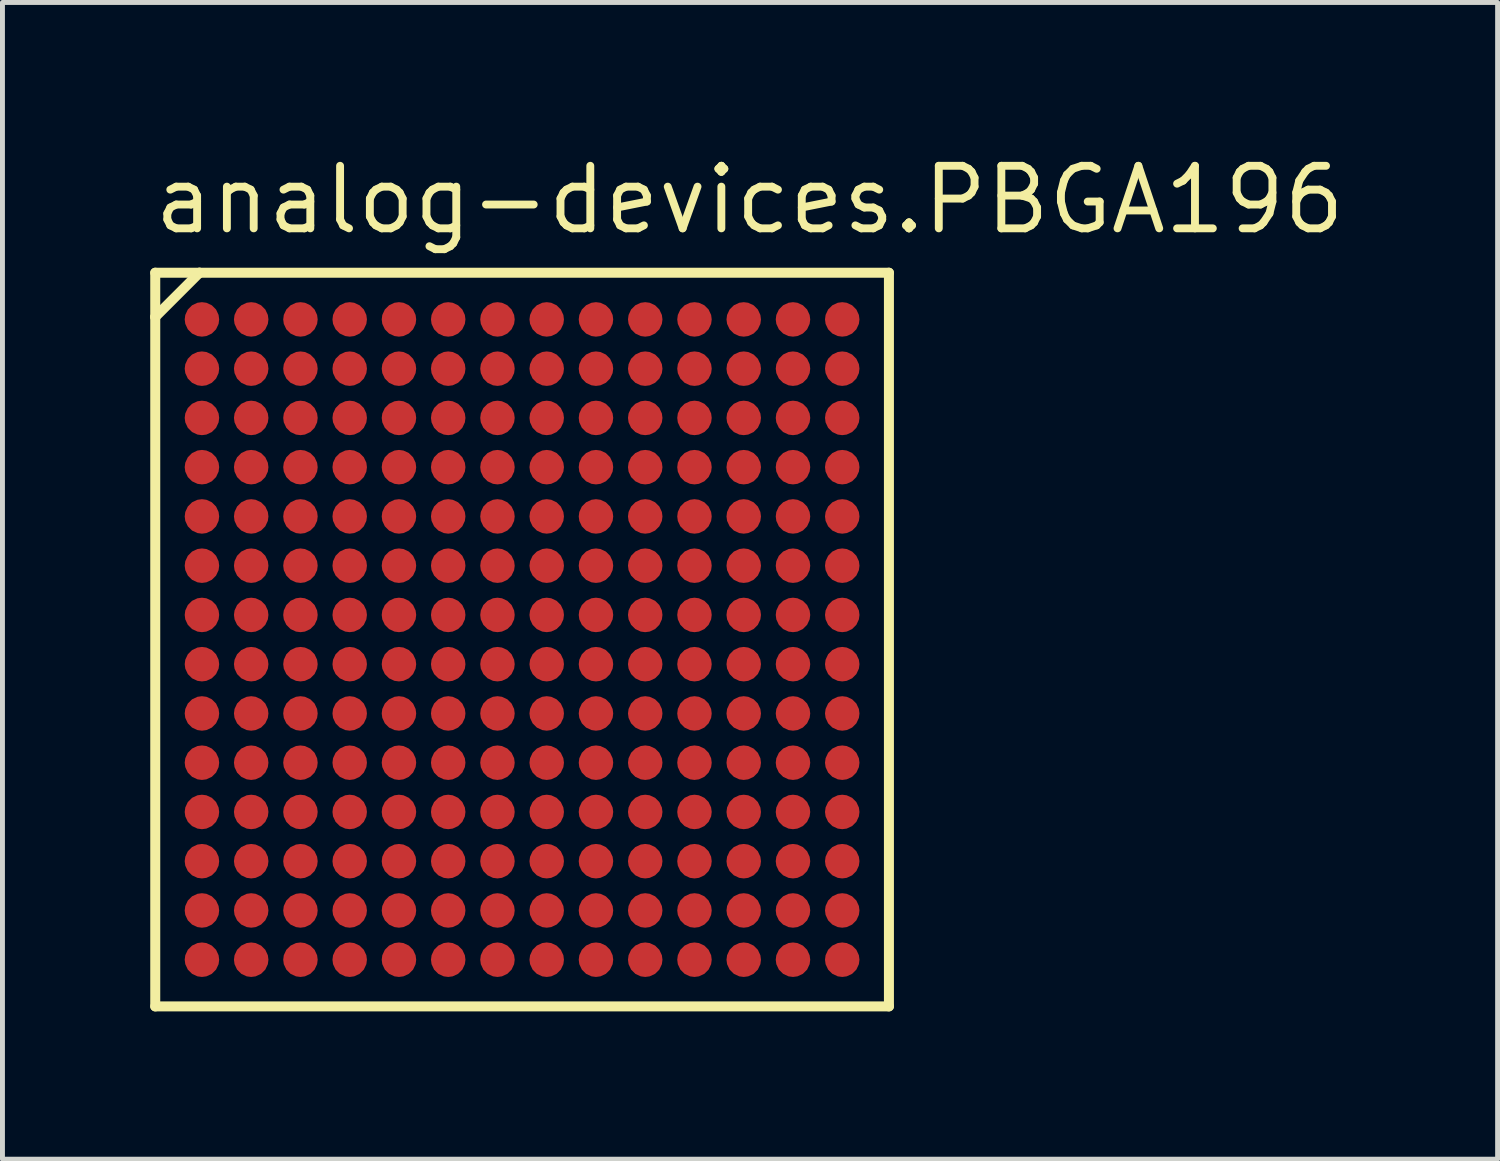
<source format=kicad_pcb>
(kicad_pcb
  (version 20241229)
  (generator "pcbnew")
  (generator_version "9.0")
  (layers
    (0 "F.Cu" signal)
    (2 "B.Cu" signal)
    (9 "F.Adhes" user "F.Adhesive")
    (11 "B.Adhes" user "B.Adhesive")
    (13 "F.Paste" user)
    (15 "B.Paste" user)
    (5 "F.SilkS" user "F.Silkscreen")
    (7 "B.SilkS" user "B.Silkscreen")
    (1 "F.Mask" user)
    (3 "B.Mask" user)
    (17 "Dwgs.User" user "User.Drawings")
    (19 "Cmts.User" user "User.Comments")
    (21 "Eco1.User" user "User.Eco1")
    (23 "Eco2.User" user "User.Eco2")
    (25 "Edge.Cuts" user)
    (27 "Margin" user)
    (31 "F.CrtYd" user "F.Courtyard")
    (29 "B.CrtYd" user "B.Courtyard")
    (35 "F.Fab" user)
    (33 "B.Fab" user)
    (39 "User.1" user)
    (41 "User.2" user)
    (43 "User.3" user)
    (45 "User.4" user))
  (footprint "analog-devices.PBGA196"
    (layer "F.Cu")
    (at 7.55 9.935)
    (property "Reference" "analog-devices.PBGA196" (at -7.55 -8.185 0) (layer "F.SilkS") (effects (font (size 1.27 1.27) (thickness 0.16)) (justify left bottom)))
    (attr smd)
    (fp_circle (center -6.5 -6.5) (end -6.2 -6.5) (stroke (width 0.1) (type default)) (fill no) (layer "F.Mask"))
    (fp_circle (center -6.5 -5.5) (end -6.2 -5.5) (stroke (width 0.1) (type default)) (fill no) (layer "F.Mask"))
    (fp_circle (center -6.5 -4.5) (end -6.2 -4.5) (stroke (width 0.1) (type default)) (fill no) (layer "F.Mask"))
    (fp_circle (center -6.5 -3.5) (end -6.2 -3.5) (stroke (width 0.1) (type default)) (fill no) (layer "F.Mask"))
    (fp_circle (center -6.5 -2.5) (end -6.2 -2.5) (stroke (width 0.1) (type default)) (fill no) (layer "F.Mask"))
    (fp_circle (center -6.5 -1.5) (end -6.2 -1.5) (stroke (width 0.1) (type default)) (fill no) (layer "F.Mask"))
    (fp_circle (center -6.5 -0.5) (end -6.2 -0.5) (stroke (width 0.1) (type default)) (fill no) (layer "F.Mask"))
    (fp_circle (center -6.5 0.5) (end -6.2 0.5) (stroke (width 0.1) (type default)) (fill no) (layer "F.Mask"))
    (fp_circle (center -6.5 1.5) (end -6.2 1.5) (stroke (width 0.1) (type default)) (fill no) (layer "F.Mask"))
    (fp_circle (center -6.5 2.5) (end -6.2 2.5) (stroke (width 0.1) (type default)) (fill no) (layer "F.Mask"))
    (fp_circle (center -6.5 3.5) (end -6.2 3.5) (stroke (width 0.1) (type default)) (fill no) (layer "F.Mask"))
    (fp_circle (center -6.5 4.5) (end -6.2 4.5) (stroke (width 0.1) (type default)) (fill no) (layer "F.Mask"))
    (fp_circle (center -6.5 5.5) (end -6.2 5.5) (stroke (width 0.1) (type default)) (fill no) (layer "F.Mask"))
    (fp_circle (center -6.5 6.5) (end -6.2 6.5) (stroke (width 0.1) (type default)) (fill no) (layer "F.Mask"))
    (fp_circle (center -5.5 -6.5) (end -5.2 -6.5) (stroke (width 0.1) (type default)) (fill no) (layer "F.Mask"))
    (fp_circle (center -5.5 -5.5) (end -5.2 -5.5) (stroke (width 0.1) (type default)) (fill no) (layer "F.Mask"))
    (fp_circle (center -5.5 -4.5) (end -5.2 -4.5) (stroke (width 0.1) (type default)) (fill no) (layer "F.Mask"))
    (fp_circle (center -5.5 -3.5) (end -5.2 -3.5) (stroke (width 0.1) (type default)) (fill no) (layer "F.Mask"))
    (fp_circle (center -5.5 -2.5) (end -5.2 -2.5) (stroke (width 0.1) (type default)) (fill no) (layer "F.Mask"))
    (fp_circle (center -5.5 -1.5) (end -5.2 -1.5) (stroke (width 0.1) (type default)) (fill no) (layer "F.Mask"))
    (fp_circle (center -5.5 -0.5) (end -5.2 -0.5) (stroke (width 0.1) (type default)) (fill no) (layer "F.Mask"))
    (fp_circle (center -5.5 0.5) (end -5.2 0.5) (stroke (width 0.1) (type default)) (fill no) (layer "F.Mask"))
    (fp_circle (center -5.5 1.5) (end -5.2 1.5) (stroke (width 0.1) (type default)) (fill no) (layer "F.Mask"))
    (fp_circle (center -5.5 2.5) (end -5.2 2.5) (stroke (width 0.1) (type default)) (fill no) (layer "F.Mask"))
    (fp_circle (center -5.5 3.5) (end -5.2 3.5) (stroke (width 0.1) (type default)) (fill no) (layer "F.Mask"))
    (fp_circle (center -5.5 4.5) (end -5.2 4.5) (stroke (width 0.1) (type default)) (fill no) (layer "F.Mask"))
    (fp_circle (center -5.5 5.5) (end -5.2 5.5) (stroke (width 0.1) (type default)) (fill no) (layer "F.Mask"))
    (fp_circle (center -5.5 6.5) (end -5.2 6.5) (stroke (width 0.1) (type default)) (fill no) (layer "F.Mask"))
    (fp_circle (center -4.5 -6.5) (end -4.2 -6.5) (stroke (width 0.1) (type default)) (fill no) (layer "F.Mask"))
    (fp_circle (center -4.5 -5.5) (end -4.2 -5.5) (stroke (width 0.1) (type default)) (fill no) (layer "F.Mask"))
    (fp_circle (center -4.5 -4.5) (end -4.2 -4.5) (stroke (width 0.1) (type default)) (fill no) (layer "F.Mask"))
    (fp_circle (center -4.5 -3.5) (end -4.2 -3.5) (stroke (width 0.1) (type default)) (fill no) (layer "F.Mask"))
    (fp_circle (center -4.5 -2.5) (end -4.2 -2.5) (stroke (width 0.1) (type default)) (fill no) (layer "F.Mask"))
    (fp_circle (center -4.5 -1.5) (end -4.2 -1.5) (stroke (width 0.1) (type default)) (fill no) (layer "F.Mask"))
    (fp_circle (center -4.5 -0.5) (end -4.2 -0.5) (stroke (width 0.1) (type default)) (fill no) (layer "F.Mask"))
    (fp_circle (center -4.5 0.5) (end -4.2 0.5) (stroke (width 0.1) (type default)) (fill no) (layer "F.Mask"))
    (fp_circle (center -4.5 1.5) (end -4.2 1.5) (stroke (width 0.1) (type default)) (fill no) (layer "F.Mask"))
    (fp_circle (center -4.5 2.5) (end -4.2 2.5) (stroke (width 0.1) (type default)) (fill no) (layer "F.Mask"))
    (fp_circle (center -4.5 3.5) (end -4.2 3.5) (stroke (width 0.1) (type default)) (fill no) (layer "F.Mask"))
    (fp_circle (center -4.5 4.5) (end -4.2 4.5) (stroke (width 0.1) (type default)) (fill no) (layer "F.Mask"))
    (fp_circle (center -4.5 5.5) (end -4.2 5.5) (stroke (width 0.1) (type default)) (fill no) (layer "F.Mask"))
    (fp_circle (center -4.5 6.5) (end -4.2 6.5) (stroke (width 0.1) (type default)) (fill no) (layer "F.Mask"))
    (fp_circle (center -3.5 -6.5) (end -3.2 -6.5) (stroke (width 0.1) (type default)) (fill no) (layer "F.Mask"))
    (fp_circle (center -3.5 -5.5) (end -3.2 -5.5) (stroke (width 0.1) (type default)) (fill no) (layer "F.Mask"))
    (fp_circle (center -3.5 -4.5) (end -3.2 -4.5) (stroke (width 0.1) (type default)) (fill no) (layer "F.Mask"))
    (fp_circle (center -3.5 -3.5) (end -3.2 -3.5) (stroke (width 0.1) (type default)) (fill no) (layer "F.Mask"))
    (fp_circle (center -3.5 -2.5) (end -3.2 -2.5) (stroke (width 0.1) (type default)) (fill no) (layer "F.Mask"))
    (fp_circle (center -3.5 -1.5) (end -3.2 -1.5) (stroke (width 0.1) (type default)) (fill no) (layer "F.Mask"))
    (fp_circle (center -3.5 -0.5) (end -3.2 -0.5) (stroke (width 0.1) (type default)) (fill no) (layer "F.Mask"))
    (fp_circle (center -3.5 0.5) (end -3.2 0.5) (stroke (width 0.1) (type default)) (fill no) (layer "F.Mask"))
    (fp_circle (center -3.5 1.5) (end -3.2 1.5) (stroke (width 0.1) (type default)) (fill no) (layer "F.Mask"))
    (fp_circle (center -3.5 2.5) (end -3.2 2.5) (stroke (width 0.1) (type default)) (fill no) (layer "F.Mask"))
    (fp_circle (center -3.5 3.5) (end -3.2 3.5) (stroke (width 0.1) (type default)) (fill no) (layer "F.Mask"))
    (fp_circle (center -3.5 4.5) (end -3.2 4.5) (stroke (width 0.1) (type default)) (fill no) (layer "F.Mask"))
    (fp_circle (center -3.5 5.5) (end -3.2 5.5) (stroke (width 0.1) (type default)) (fill no) (layer "F.Mask"))
    (fp_circle (center -3.5 6.5) (end -3.2 6.5) (stroke (width 0.1) (type default)) (fill no) (layer "F.Mask"))
    (fp_circle (center -2.5 -6.5) (end -2.2 -6.5) (stroke (width 0.1) (type default)) (fill no) (layer "F.Mask"))
    (fp_circle (center -2.5 -5.5) (end -2.2 -5.5) (stroke (width 0.1) (type default)) (fill no) (layer "F.Mask"))
    (fp_circle (center -2.5 -4.5) (end -2.2 -4.5) (stroke (width 0.1) (type default)) (fill no) (layer "F.Mask"))
    (fp_circle (center -2.5 -3.5) (end -2.2 -3.5) (stroke (width 0.1) (type default)) (fill no) (layer "F.Mask"))
    (fp_circle (center -2.5 -2.5) (end -2.2 -2.5) (stroke (width 0.1) (type default)) (fill no) (layer "F.Mask"))
    (fp_circle (center -2.5 -1.5) (end -2.2 -1.5) (stroke (width 0.1) (type default)) (fill no) (layer "F.Mask"))
    (fp_circle (center -2.5 -0.5) (end -2.2 -0.5) (stroke (width 0.1) (type default)) (fill no) (layer "F.Mask"))
    (fp_circle (center -2.5 0.5) (end -2.2 0.5) (stroke (width 0.1) (type default)) (fill no) (layer "F.Mask"))
    (fp_circle (center -2.5 1.5) (end -2.2 1.5) (stroke (width 0.1) (type default)) (fill no) (layer "F.Mask"))
    (fp_circle (center -2.5 2.5) (end -2.2 2.5) (stroke (width 0.1) (type default)) (fill no) (layer "F.Mask"))
    (fp_circle (center -2.5 3.5) (end -2.2 3.5) (stroke (width 0.1) (type default)) (fill no) (layer "F.Mask"))
    (fp_circle (center -2.5 4.5) (end -2.2 4.5) (stroke (width 0.1) (type default)) (fill no) (layer "F.Mask"))
    (fp_circle (center -2.5 5.5) (end -2.2 5.5) (stroke (width 0.1) (type default)) (fill no) (layer "F.Mask"))
    (fp_circle (center -2.5 6.5) (end -2.2 6.5) (stroke (width 0.1) (type default)) (fill no) (layer "F.Mask"))
    (fp_circle (center -1.5 -6.5) (end -1.2 -6.5) (stroke (width 0.1) (type default)) (fill no) (layer "F.Mask"))
    (fp_circle (center -1.5 -5.5) (end -1.2 -5.5) (stroke (width 0.1) (type default)) (fill no) (layer "F.Mask"))
    (fp_circle (center -1.5 -4.5) (end -1.2 -4.5) (stroke (width 0.1) (type default)) (fill no) (layer "F.Mask"))
    (fp_circle (center -1.5 -3.5) (end -1.2 -3.5) (stroke (width 0.1) (type default)) (fill no) (layer "F.Mask"))
    (fp_circle (center -1.5 -2.5) (end -1.2 -2.5) (stroke (width 0.1) (type default)) (fill no) (layer "F.Mask"))
    (fp_circle (center -1.5 -1.5) (end -1.2 -1.5) (stroke (width 0.1) (type default)) (fill no) (layer "F.Mask"))
    (fp_circle (center -1.5 -0.5) (end -1.2 -0.5) (stroke (width 0.1) (type default)) (fill no) (layer "F.Mask"))
    (fp_circle (center -1.5 0.5) (end -1.2 0.5) (stroke (width 0.1) (type default)) (fill no) (layer "F.Mask"))
    (fp_circle (center -1.5 1.5) (end -1.2 1.5) (stroke (width 0.1) (type default)) (fill no) (layer "F.Mask"))
    (fp_circle (center -1.5 2.5) (end -1.2 2.5) (stroke (width 0.1) (type default)) (fill no) (layer "F.Mask"))
    (fp_circle (center -1.5 3.5) (end -1.2 3.5) (stroke (width 0.1) (type default)) (fill no) (layer "F.Mask"))
    (fp_circle (center -1.5 4.5) (end -1.2 4.5) (stroke (width 0.1) (type default)) (fill no) (layer "F.Mask"))
    (fp_circle (center -1.5 5.5) (end -1.2 5.5) (stroke (width 0.1) (type default)) (fill no) (layer "F.Mask"))
    (fp_circle (center -1.5 6.5) (end -1.2 6.5) (stroke (width 0.1) (type default)) (fill no) (layer "F.Mask"))
    (fp_circle (center -0.5 -6.5) (end -0.2 -6.5) (stroke (width 0.1) (type default)) (fill no) (layer "F.Mask"))
    (fp_circle (center -0.5 -5.5) (end -0.2 -5.5) (stroke (width 0.1) (type default)) (fill no) (layer "F.Mask"))
    (fp_circle (center -0.5 -4.5) (end -0.2 -4.5) (stroke (width 0.1) (type default)) (fill no) (layer "F.Mask"))
    (fp_circle (center -0.5 -3.5) (end -0.2 -3.5) (stroke (width 0.1) (type default)) (fill no) (layer "F.Mask"))
    (fp_circle (center -0.5 -2.5) (end -0.2 -2.5) (stroke (width 0.1) (type default)) (fill no) (layer "F.Mask"))
    (fp_circle (center -0.5 -1.5) (end -0.2 -1.5) (stroke (width 0.1) (type default)) (fill no) (layer "F.Mask"))
    (fp_circle (center -0.5 -0.5) (end -0.2 -0.5) (stroke (width 0.1) (type default)) (fill no) (layer "F.Mask"))
    (fp_circle (center -0.5 0.5) (end -0.2 0.5) (stroke (width 0.1) (type default)) (fill no) (layer "F.Mask"))
    (fp_circle (center -0.5 1.5) (end -0.2 1.5) (stroke (width 0.1) (type default)) (fill no) (layer "F.Mask"))
    (fp_circle (center -0.5 2.5) (end -0.2 2.5) (stroke (width 0.1) (type default)) (fill no) (layer "F.Mask"))
    (fp_circle (center -0.5 3.5) (end -0.2 3.5) (stroke (width 0.1) (type default)) (fill no) (layer "F.Mask"))
    (fp_circle (center -0.5 4.5) (end -0.2 4.5) (stroke (width 0.1) (type default)) (fill no) (layer "F.Mask"))
    (fp_circle (center -0.5 5.5) (end -0.2 5.5) (stroke (width 0.1) (type default)) (fill no) (layer "F.Mask"))
    (fp_circle (center -0.5 6.5) (end -0.2 6.5) (stroke (width 0.1) (type default)) (fill no) (layer "F.Mask"))
    (fp_circle (center 0.5 -6.5) (end 0.8 -6.5) (stroke (width 0.1) (type default)) (fill no) (layer "F.Mask"))
    (fp_circle (center 0.5 -5.5) (end 0.8 -5.5) (stroke (width 0.1) (type default)) (fill no) (layer "F.Mask"))
    (fp_circle (center 0.5 -4.5) (end 0.8 -4.5) (stroke (width 0.1) (type default)) (fill no) (layer "F.Mask"))
    (fp_circle (center 0.5 -3.5) (end 0.8 -3.5) (stroke (width 0.1) (type default)) (fill no) (layer "F.Mask"))
    (fp_circle (center 0.5 -2.5) (end 0.8 -2.5) (stroke (width 0.1) (type default)) (fill no) (layer "F.Mask"))
    (fp_circle (center 0.5 -1.5) (end 0.8 -1.5) (stroke (width 0.1) (type default)) (fill no) (layer "F.Mask"))
    (fp_circle (center 0.5 -0.5) (end 0.8 -0.5) (stroke (width 0.1) (type default)) (fill no) (layer "F.Mask"))
    (fp_circle (center 0.5 0.5) (end 0.8 0.5) (stroke (width 0.1) (type default)) (fill no) (layer "F.Mask"))
    (fp_circle (center 0.5 1.5) (end 0.8 1.5) (stroke (width 0.1) (type default)) (fill no) (layer "F.Mask"))
    (fp_circle (center 0.5 2.5) (end 0.8 2.5) (stroke (width 0.1) (type default)) (fill no) (layer "F.Mask"))
    (fp_circle (center 0.5 3.5) (end 0.8 3.5) (stroke (width 0.1) (type default)) (fill no) (layer "F.Mask"))
    (fp_circle (center 0.5 4.5) (end 0.8 4.5) (stroke (width 0.1) (type default)) (fill no) (layer "F.Mask"))
    (fp_circle (center 0.5 5.5) (end 0.8 5.5) (stroke (width 0.1) (type default)) (fill no) (layer "F.Mask"))
    (fp_circle (center 0.5 6.5) (end 0.8 6.5) (stroke (width 0.1) (type default)) (fill no) (layer "F.Mask"))
    (fp_circle (center 1.5 -6.5) (end 1.8 -6.5) (stroke (width 0.1) (type default)) (fill no) (layer "F.Mask"))
    (fp_circle (center 1.5 -5.5) (end 1.8 -5.5) (stroke (width 0.1) (type default)) (fill no) (layer "F.Mask"))
    (fp_circle (center 1.5 -4.5) (end 1.8 -4.5) (stroke (width 0.1) (type default)) (fill no) (layer "F.Mask"))
    (fp_circle (center 1.5 -3.5) (end 1.8 -3.5) (stroke (width 0.1) (type default)) (fill no) (layer "F.Mask"))
    (fp_circle (center 1.5 -2.5) (end 1.8 -2.5) (stroke (width 0.1) (type default)) (fill no) (layer "F.Mask"))
    (fp_circle (center 1.5 -1.5) (end 1.8 -1.5) (stroke (width 0.1) (type default)) (fill no) (layer "F.Mask"))
    (fp_circle (center 1.5 -0.5) (end 1.8 -0.5) (stroke (width 0.1) (type default)) (fill no) (layer "F.Mask"))
    (fp_circle (center 1.5 0.5) (end 1.8 0.5) (stroke (width 0.1) (type default)) (fill no) (layer "F.Mask"))
    (fp_circle (center 1.5 1.5) (end 1.8 1.5) (stroke (width 0.1) (type default)) (fill no) (layer "F.Mask"))
    (fp_circle (center 1.5 2.5) (end 1.8 2.5) (stroke (width 0.1) (type default)) (fill no) (layer "F.Mask"))
    (fp_circle (center 1.5 3.5) (end 1.8 3.5) (stroke (width 0.1) (type default)) (fill no) (layer "F.Mask"))
    (fp_circle (center 1.5 4.5) (end 1.8 4.5) (stroke (width 0.1) (type default)) (fill no) (layer "F.Mask"))
    (fp_circle (center 1.5 5.5) (end 1.8 5.5) (stroke (width 0.1) (type default)) (fill no) (layer "F.Mask"))
    (fp_circle (center 1.5 6.5) (end 1.8 6.5) (stroke (width 0.1) (type default)) (fill no) (layer "F.Mask"))
    (fp_circle (center 2.5 -6.5) (end 2.8 -6.5) (stroke (width 0.1) (type default)) (fill no) (layer "F.Mask"))
    (fp_circle (center 2.5 -5.5) (end 2.8 -5.5) (stroke (width 0.1) (type default)) (fill no) (layer "F.Mask"))
    (fp_circle (center 2.5 -4.5) (end 2.8 -4.5) (stroke (width 0.1) (type default)) (fill no) (layer "F.Mask"))
    (fp_circle (center 2.5 -3.5) (end 2.8 -3.5) (stroke (width 0.1) (type default)) (fill no) (layer "F.Mask"))
    (fp_circle (center 2.5 -2.5) (end 2.8 -2.5) (stroke (width 0.1) (type default)) (fill no) (layer "F.Mask"))
    (fp_circle (center 2.5 -1.5) (end 2.8 -1.5) (stroke (width 0.1) (type default)) (fill no) (layer "F.Mask"))
    (fp_circle (center 2.5 -0.5) (end 2.8 -0.5) (stroke (width 0.1) (type default)) (fill no) (layer "F.Mask"))
    (fp_circle (center 2.5 0.5) (end 2.8 0.5) (stroke (width 0.1) (type default)) (fill no) (layer "F.Mask"))
    (fp_circle (center 2.5 1.5) (end 2.8 1.5) (stroke (width 0.1) (type default)) (fill no) (layer "F.Mask"))
    (fp_circle (center 2.5 2.5) (end 2.8 2.5) (stroke (width 0.1) (type default)) (fill no) (layer "F.Mask"))
    (fp_circle (center 2.5 3.5) (end 2.8 3.5) (stroke (width 0.1) (type default)) (fill no) (layer "F.Mask"))
    (fp_circle (center 2.5 4.5) (end 2.8 4.5) (stroke (width 0.1) (type default)) (fill no) (layer "F.Mask"))
    (fp_circle (center 2.5 5.5) (end 2.8 5.5) (stroke (width 0.1) (type default)) (fill no) (layer "F.Mask"))
    (fp_circle (center 2.5 6.5) (end 2.8 6.5) (stroke (width 0.1) (type default)) (fill no) (layer "F.Mask"))
    (fp_circle (center 3.5 -6.5) (end 3.8 -6.5) (stroke (width 0.1) (type default)) (fill no) (layer "F.Mask"))
    (fp_circle (center 3.5 -5.5) (end 3.8 -5.5) (stroke (width 0.1) (type default)) (fill no) (layer "F.Mask"))
    (fp_circle (center 3.5 -4.5) (end 3.8 -4.5) (stroke (width 0.1) (type default)) (fill no) (layer "F.Mask"))
    (fp_circle (center 3.5 -3.5) (end 3.8 -3.5) (stroke (width 0.1) (type default)) (fill no) (layer "F.Mask"))
    (fp_circle (center 3.5 -2.5) (end 3.8 -2.5) (stroke (width 0.1) (type default)) (fill no) (layer "F.Mask"))
    (fp_circle (center 3.5 -1.5) (end 3.8 -1.5) (stroke (width 0.1) (type default)) (fill no) (layer "F.Mask"))
    (fp_circle (center 3.5 -0.5) (end 3.8 -0.5) (stroke (width 0.1) (type default)) (fill no) (layer "F.Mask"))
    (fp_circle (center 3.5 0.5) (end 3.8 0.5) (stroke (width 0.1) (type default)) (fill no) (layer "F.Mask"))
    (fp_circle (center 3.5 1.5) (end 3.8 1.5) (stroke (width 0.1) (type default)) (fill no) (layer "F.Mask"))
    (fp_circle (center 3.5 2.5) (end 3.8 2.5) (stroke (width 0.1) (type default)) (fill no) (layer "F.Mask"))
    (fp_circle (center 3.5 3.5) (end 3.8 3.5) (stroke (width 0.1) (type default)) (fill no) (layer "F.Mask"))
    (fp_circle (center 3.5 4.5) (end 3.8 4.5) (stroke (width 0.1) (type default)) (fill no) (layer "F.Mask"))
    (fp_circle (center 3.5 5.5) (end 3.8 5.5) (stroke (width 0.1) (type default)) (fill no) (layer "F.Mask"))
    (fp_circle (center 3.5 6.5) (end 3.8 6.5) (stroke (width 0.1) (type default)) (fill no) (layer "F.Mask"))
    (fp_circle (center 4.5 -6.5) (end 4.8 -6.5) (stroke (width 0.1) (type default)) (fill no) (layer "F.Mask"))
    (fp_circle (center 4.5 -5.5) (end 4.8 -5.5) (stroke (width 0.1) (type default)) (fill no) (layer "F.Mask"))
    (fp_circle (center 4.5 -4.5) (end 4.8 -4.5) (stroke (width 0.1) (type default)) (fill no) (layer "F.Mask"))
    (fp_circle (center 4.5 -3.5) (end 4.8 -3.5) (stroke (width 0.1) (type default)) (fill no) (layer "F.Mask"))
    (fp_circle (center 4.5 -2.5) (end 4.8 -2.5) (stroke (width 0.1) (type default)) (fill no) (layer "F.Mask"))
    (fp_circle (center 4.5 -1.5) (end 4.8 -1.5) (stroke (width 0.1) (type default)) (fill no) (layer "F.Mask"))
    (fp_circle (center 4.5 -0.5) (end 4.8 -0.5) (stroke (width 0.1) (type default)) (fill no) (layer "F.Mask"))
    (fp_circle (center 4.5 0.5) (end 4.8 0.5) (stroke (width 0.1) (type default)) (fill no) (layer "F.Mask"))
    (fp_circle (center 4.5 1.5) (end 4.8 1.5) (stroke (width 0.1) (type default)) (fill no) (layer "F.Mask"))
    (fp_circle (center 4.5 2.5) (end 4.8 2.5) (stroke (width 0.1) (type default)) (fill no) (layer "F.Mask"))
    (fp_circle (center 4.5 3.5) (end 4.8 3.5) (stroke (width 0.1) (type default)) (fill no) (layer "F.Mask"))
    (fp_circle (center 4.5 4.5) (end 4.8 4.5) (stroke (width 0.1) (type default)) (fill no) (layer "F.Mask"))
    (fp_circle (center 4.5 5.5) (end 4.8 5.5) (stroke (width 0.1) (type default)) (fill no) (layer "F.Mask"))
    (fp_circle (center 4.5 6.5) (end 4.8 6.5) (stroke (width 0.1) (type default)) (fill no) (layer "F.Mask"))
    (fp_circle (center 5.5 -6.5) (end 5.8 -6.5) (stroke (width 0.1) (type default)) (fill no) (layer "F.Mask"))
    (fp_circle (center 5.5 -5.5) (end 5.8 -5.5) (stroke (width 0.1) (type default)) (fill no) (layer "F.Mask"))
    (fp_circle (center 5.5 -4.5) (end 5.8 -4.5) (stroke (width 0.1) (type default)) (fill no) (layer "F.Mask"))
    (fp_circle (center 5.5 -3.5) (end 5.8 -3.5) (stroke (width 0.1) (type default)) (fill no) (layer "F.Mask"))
    (fp_circle (center 5.5 -2.5) (end 5.8 -2.5) (stroke (width 0.1) (type default)) (fill no) (layer "F.Mask"))
    (fp_circle (center 5.5 -1.5) (end 5.8 -1.5) (stroke (width 0.1) (type default)) (fill no) (layer "F.Mask"))
    (fp_circle (center 5.5 -0.5) (end 5.8 -0.5) (stroke (width 0.1) (type default)) (fill no) (layer "F.Mask"))
    (fp_circle (center 5.5 0.5) (end 5.8 0.5) (stroke (width 0.1) (type default)) (fill no) (layer "F.Mask"))
    (fp_circle (center 5.5 1.5) (end 5.8 1.5) (stroke (width 0.1) (type default)) (fill no) (layer "F.Mask"))
    (fp_circle (center 5.5 2.5) (end 5.8 2.5) (stroke (width 0.1) (type default)) (fill no) (layer "F.Mask"))
    (fp_circle (center 5.5 3.5) (end 5.8 3.5) (stroke (width 0.1) (type default)) (fill no) (layer "F.Mask"))
    (fp_circle (center 5.5 4.5) (end 5.8 4.5) (stroke (width 0.1) (type default)) (fill no) (layer "F.Mask"))
    (fp_circle (center 5.5 5.5) (end 5.8 5.5) (stroke (width 0.1) (type default)) (fill no) (layer "F.Mask"))
    (fp_circle (center 5.5 6.5) (end 5.8 6.5) (stroke (width 0.1) (type default)) (fill no) (layer "F.Mask"))
    (fp_circle (center 6.5 -6.5) (end 6.8 -6.5) (stroke (width 0.1) (type default)) (fill no) (layer "F.Mask"))
    (fp_circle (center 6.5 -5.5) (end 6.8 -5.5) (stroke (width 0.1) (type default)) (fill no) (layer "F.Mask"))
    (fp_circle (center 6.5 -4.5) (end 6.8 -4.5) (stroke (width 0.1) (type default)) (fill no) (layer "F.Mask"))
    (fp_circle (center 6.5 -3.5) (end 6.8 -3.5) (stroke (width 0.1) (type default)) (fill no) (layer "F.Mask"))
    (fp_circle (center 6.5 -2.5) (end 6.8 -2.5) (stroke (width 0.1) (type default)) (fill no) (layer "F.Mask"))
    (fp_circle (center 6.5 -1.5) (end 6.8 -1.5) (stroke (width 0.1) (type default)) (fill no) (layer "F.Mask"))
    (fp_circle (center 6.5 -0.5) (end 6.8 -0.5) (stroke (width 0.1) (type default)) (fill no) (layer "F.Mask"))
    (fp_circle (center 6.5 0.5) (end 6.8 0.5) (stroke (width 0.1) (type default)) (fill no) (layer "F.Mask"))
    (fp_circle (center 6.5 1.5) (end 6.8 1.5) (stroke (width 0.1) (type default)) (fill no) (layer "F.Mask"))
    (fp_circle (center 6.5 2.5) (end 6.8 2.5) (stroke (width 0.1) (type default)) (fill no) (layer "F.Mask"))
    (fp_circle (center 6.5 3.5) (end 6.8 3.5) (stroke (width 0.1) (type default)) (fill no) (layer "F.Mask"))
    (fp_circle (center 6.5 4.5) (end 6.8 4.5) (stroke (width 0.1) (type default)) (fill no) (layer "F.Mask"))
    (fp_circle (center 6.5 5.5) (end 6.8 5.5) (stroke (width 0.1) (type default)) (fill no) (layer "F.Mask"))
    (fp_circle (center 6.5 6.5) (end 6.8 6.5) (stroke (width 0.1) (type default)) (fill no) (layer "F.Mask"))
    (fp_line (start -7.448 -7.448) (end -7.448 -6.55) (stroke (width 0.203) (type default)) (layer "F.SilkS"))
    (fp_line (start -7.448 -6.55) (end -7.448 7.448) (stroke (width 0.203) (type default)) (layer "F.SilkS"))
    (fp_line (start -7.448 -6.55) (end -6.55 -7.448) (stroke (width 0.203) (type default)) (layer "F.SilkS"))
    (fp_line (start -7.448 7.448) (end 7.448 7.448) (stroke (width 0.203) (type default)) (layer "F.SilkS"))
    (fp_line (start -6.55 -7.448) (end -7.448 -7.448) (stroke (width 0.203) (type default)) (layer "F.SilkS"))
    (fp_line (start 7.448 -7.448) (end -6.55 -7.448) (stroke (width 0.203) (type default)) (layer "F.SilkS"))
    (fp_line (start 7.448 7.448) (end 7.448 -7.448) (stroke (width 0.203) (type default)) (layer "F.SilkS"))
    (pad "A1" smd roundrect (at -6.5 -6.5) (size 0.7 0.7) (layers "F.Cu" "F.Mask" "F.Paste") (roundrect_rratio 0.5))
    (pad "A2" smd roundrect (at -5.5 -6.5) (size 0.7 0.7) (layers "F.Cu" "F.Mask" "F.Paste") (roundrect_rratio 0.5))
    (pad "A3" smd roundrect (at -4.5 -6.5) (size 0.7 0.7) (layers "F.Cu" "F.Mask" "F.Paste") (roundrect_rratio 0.5))
    (pad "A4" smd roundrect (at -3.5 -6.5) (size 0.7 0.7) (layers "F.Cu" "F.Mask" "F.Paste") (roundrect_rratio 0.5))
    (pad "A5" smd roundrect (at -2.5 -6.5) (size 0.7 0.7) (layers "F.Cu" "F.Mask" "F.Paste") (roundrect_rratio 0.5))
    (pad "A6" smd roundrect (at -1.5 -6.5) (size 0.7 0.7) (layers "F.Cu" "F.Mask" "F.Paste") (roundrect_rratio 0.5))
    (pad "A7" smd roundrect (at -0.5 -6.5) (size 0.7 0.7) (layers "F.Cu" "F.Mask" "F.Paste") (roundrect_rratio 0.5))
    (pad "A8" smd roundrect (at 0.5 -6.5) (size 0.7 0.7) (layers "F.Cu" "F.Mask" "F.Paste") (roundrect_rratio 0.5))
    (pad "A9" smd roundrect (at 1.5 -6.5) (size 0.7 0.7) (layers "F.Cu" "F.Mask" "F.Paste") (roundrect_rratio 0.5))
    (pad "A10" smd roundrect (at 2.5 -6.5) (size 0.7 0.7) (layers "F.Cu" "F.Mask" "F.Paste") (roundrect_rratio 0.5))
    (pad "A11" smd roundrect (at 3.5 -6.5) (size 0.7 0.7) (layers "F.Cu" "F.Mask" "F.Paste") (roundrect_rratio 0.5))
    (pad "A12" smd roundrect (at 4.5 -6.5) (size 0.7 0.7) (layers "F.Cu" "F.Mask" "F.Paste") (roundrect_rratio 0.5))
    (pad "A13" smd roundrect (at 5.5 -6.5) (size 0.7 0.7) (layers "F.Cu" "F.Mask" "F.Paste") (roundrect_rratio 0.5))
    (pad "A14" smd roundrect (at 6.5 -6.5) (size 0.7 0.7) (layers "F.Cu" "F.Mask" "F.Paste") (roundrect_rratio 0.5))
    (pad "B1" smd roundrect (at -6.5 -5.5) (size 0.7 0.7) (layers "F.Cu" "F.Mask" "F.Paste") (roundrect_rratio 0.5))
    (pad "B2" smd roundrect (at -5.5 -5.5) (size 0.7 0.7) (layers "F.Cu" "F.Mask" "F.Paste") (roundrect_rratio 0.5))
    (pad "B3" smd roundrect (at -4.5 -5.5) (size 0.7 0.7) (layers "F.Cu" "F.Mask" "F.Paste") (roundrect_rratio 0.5))
    (pad "B4" smd roundrect (at -3.5 -5.5) (size 0.7 0.7) (layers "F.Cu" "F.Mask" "F.Paste") (roundrect_rratio 0.5))
    (pad "B5" smd roundrect (at -2.5 -5.5) (size 0.7 0.7) (layers "F.Cu" "F.Mask" "F.Paste") (roundrect_rratio 0.5))
    (pad "B6" smd roundrect (at -1.5 -5.5) (size 0.7 0.7) (layers "F.Cu" "F.Mask" "F.Paste") (roundrect_rratio 0.5))
    (pad "B7" smd roundrect (at -0.5 -5.5) (size 0.7 0.7) (layers "F.Cu" "F.Mask" "F.Paste") (roundrect_rratio 0.5))
    (pad "B8" smd roundrect (at 0.5 -5.5) (size 0.7 0.7) (layers "F.Cu" "F.Mask" "F.Paste") (roundrect_rratio 0.5))
    (pad "B9" smd roundrect (at 1.5 -5.5) (size 0.7 0.7) (layers "F.Cu" "F.Mask" "F.Paste") (roundrect_rratio 0.5))
    (pad "B10" smd roundrect (at 2.5 -5.5) (size 0.7 0.7) (layers "F.Cu" "F.Mask" "F.Paste") (roundrect_rratio 0.5))
    (pad "B11" smd roundrect (at 3.5 -5.5) (size 0.7 0.7) (layers "F.Cu" "F.Mask" "F.Paste") (roundrect_rratio 0.5))
    (pad "B12" smd roundrect (at 4.5 -5.5) (size 0.7 0.7) (layers "F.Cu" "F.Mask" "F.Paste") (roundrect_rratio 0.5))
    (pad "B13" smd roundrect (at 5.5 -5.5) (size 0.7 0.7) (layers "F.Cu" "F.Mask" "F.Paste") (roundrect_rratio 0.5))
    (pad "B14" smd roundrect (at 6.5 -5.5) (size 0.7 0.7) (layers "F.Cu" "F.Mask" "F.Paste") (roundrect_rratio 0.5))
    (pad "C1" smd roundrect (at -6.5 -4.5) (size 0.7 0.7) (layers "F.Cu" "F.Mask" "F.Paste") (roundrect_rratio 0.5))
    (pad "C2" smd roundrect (at -5.5 -4.5) (size 0.7 0.7) (layers "F.Cu" "F.Mask" "F.Paste") (roundrect_rratio 0.5))
    (pad "C3" smd roundrect (at -4.5 -4.5) (size 0.7 0.7) (layers "F.Cu" "F.Mask" "F.Paste") (roundrect_rratio 0.5))
    (pad "C4" smd roundrect (at -3.5 -4.5) (size 0.7 0.7) (layers "F.Cu" "F.Mask" "F.Paste") (roundrect_rratio 0.5))
    (pad "C5" smd roundrect (at -2.5 -4.5) (size 0.7 0.7) (layers "F.Cu" "F.Mask" "F.Paste") (roundrect_rratio 0.5))
    (pad "C6" smd roundrect (at -1.5 -4.5) (size 0.7 0.7) (layers "F.Cu" "F.Mask" "F.Paste") (roundrect_rratio 0.5))
    (pad "C7" smd roundrect (at -0.5 -4.5) (size 0.7 0.7) (layers "F.Cu" "F.Mask" "F.Paste") (roundrect_rratio 0.5))
    (pad "C8" smd roundrect (at 0.5 -4.5) (size 0.7 0.7) (layers "F.Cu" "F.Mask" "F.Paste") (roundrect_rratio 0.5))
    (pad "C9" smd roundrect (at 1.5 -4.5) (size 0.7 0.7) (layers "F.Cu" "F.Mask" "F.Paste") (roundrect_rratio 0.5))
    (pad "C10" smd roundrect (at 2.5 -4.5) (size 0.7 0.7) (layers "F.Cu" "F.Mask" "F.Paste") (roundrect_rratio 0.5))
    (pad "C11" smd roundrect (at 3.5 -4.5) (size 0.7 0.7) (layers "F.Cu" "F.Mask" "F.Paste") (roundrect_rratio 0.5))
    (pad "C12" smd roundrect (at 4.5 -4.5) (size 0.7 0.7) (layers "F.Cu" "F.Mask" "F.Paste") (roundrect_rratio 0.5))
    (pad "C13" smd roundrect (at 5.5 -4.5) (size 0.7 0.7) (layers "F.Cu" "F.Mask" "F.Paste") (roundrect_rratio 0.5))
    (pad "C14" smd roundrect (at 6.5 -4.5) (size 0.7 0.7) (layers "F.Cu" "F.Mask" "F.Paste") (roundrect_rratio 0.5))
    (pad "D1" smd roundrect (at -6.5 -3.5) (size 0.7 0.7) (layers "F.Cu" "F.Mask" "F.Paste") (roundrect_rratio 0.5))
    (pad "D2" smd roundrect (at -5.5 -3.5) (size 0.7 0.7) (layers "F.Cu" "F.Mask" "F.Paste") (roundrect_rratio 0.5))
    (pad "D3" smd roundrect (at -4.5 -3.5) (size 0.7 0.7) (layers "F.Cu" "F.Mask" "F.Paste") (roundrect_rratio 0.5))
    (pad "D4" smd roundrect (at -3.5 -3.5) (size 0.7 0.7) (layers "F.Cu" "F.Mask" "F.Paste") (roundrect_rratio 0.5))
    (pad "D5" smd roundrect (at -2.5 -3.5) (size 0.7 0.7) (layers "F.Cu" "F.Mask" "F.Paste") (roundrect_rratio 0.5))
    (pad "D6" smd roundrect (at -1.5 -3.5) (size 0.7 0.7) (layers "F.Cu" "F.Mask" "F.Paste") (roundrect_rratio 0.5))
    (pad "D7" smd roundrect (at -0.5 -3.5) (size 0.7 0.7) (layers "F.Cu" "F.Mask" "F.Paste") (roundrect_rratio 0.5))
    (pad "D8" smd roundrect (at 0.5 -3.5) (size 0.7 0.7) (layers "F.Cu" "F.Mask" "F.Paste") (roundrect_rratio 0.5))
    (pad "D9" smd roundrect (at 1.5 -3.5) (size 0.7 0.7) (layers "F.Cu" "F.Mask" "F.Paste") (roundrect_rratio 0.5))
    (pad "D10" smd roundrect (at 2.5 -3.5) (size 0.7 0.7) (layers "F.Cu" "F.Mask" "F.Paste") (roundrect_rratio 0.5))
    (pad "D11" smd roundrect (at 3.5 -3.5) (size 0.7 0.7) (layers "F.Cu" "F.Mask" "F.Paste") (roundrect_rratio 0.5))
    (pad "D12" smd roundrect (at 4.5 -3.5) (size 0.7 0.7) (layers "F.Cu" "F.Mask" "F.Paste") (roundrect_rratio 0.5))
    (pad "D13" smd roundrect (at 5.5 -3.5) (size 0.7 0.7) (layers "F.Cu" "F.Mask" "F.Paste") (roundrect_rratio 0.5))
    (pad "D14" smd roundrect (at 6.5 -3.5) (size 0.7 0.7) (layers "F.Cu" "F.Mask" "F.Paste") (roundrect_rratio 0.5))
    (pad "E1" smd roundrect (at -6.5 -2.5) (size 0.7 0.7) (layers "F.Cu" "F.Mask" "F.Paste") (roundrect_rratio 0.5))
    (pad "E2" smd roundrect (at -5.5 -2.5) (size 0.7 0.7) (layers "F.Cu" "F.Mask" "F.Paste") (roundrect_rratio 0.5))
    (pad "E3" smd roundrect (at -4.5 -2.5) (size 0.7 0.7) (layers "F.Cu" "F.Mask" "F.Paste") (roundrect_rratio 0.5))
    (pad "E4" smd roundrect (at -3.5 -2.5) (size 0.7 0.7) (layers "F.Cu" "F.Mask" "F.Paste") (roundrect_rratio 0.5))
    (pad "E5" smd roundrect (at -2.5 -2.5) (size 0.7 0.7) (layers "F.Cu" "F.Mask" "F.Paste") (roundrect_rratio 0.5))
    (pad "E6" smd roundrect (at -1.5 -2.5) (size 0.7 0.7) (layers "F.Cu" "F.Mask" "F.Paste") (roundrect_rratio 0.5))
    (pad "E7" smd roundrect (at -0.5 -2.5) (size 0.7 0.7) (layers "F.Cu" "F.Mask" "F.Paste") (roundrect_rratio 0.5))
    (pad "E8" smd roundrect (at 0.5 -2.5) (size 0.7 0.7) (layers "F.Cu" "F.Mask" "F.Paste") (roundrect_rratio 0.5))
    (pad "E9" smd roundrect (at 1.5 -2.5) (size 0.7 0.7) (layers "F.Cu" "F.Mask" "F.Paste") (roundrect_rratio 0.5))
    (pad "E10" smd roundrect (at 2.5 -2.5) (size 0.7 0.7) (layers "F.Cu" "F.Mask" "F.Paste") (roundrect_rratio 0.5))
    (pad "E11" smd roundrect (at 3.5 -2.5) (size 0.7 0.7) (layers "F.Cu" "F.Mask" "F.Paste") (roundrect_rratio 0.5))
    (pad "E12" smd roundrect (at 4.5 -2.5) (size 0.7 0.7) (layers "F.Cu" "F.Mask" "F.Paste") (roundrect_rratio 0.5))
    (pad "E13" smd roundrect (at 5.5 -2.5) (size 0.7 0.7) (layers "F.Cu" "F.Mask" "F.Paste") (roundrect_rratio 0.5))
    (pad "E14" smd roundrect (at 6.5 -2.5) (size 0.7 0.7) (layers "F.Cu" "F.Mask" "F.Paste") (roundrect_rratio 0.5))
    (pad "F1" smd roundrect (at -6.5 -1.5) (size 0.7 0.7) (layers "F.Cu" "F.Mask" "F.Paste") (roundrect_rratio 0.5))
    (pad "F2" smd roundrect (at -5.5 -1.5) (size 0.7 0.7) (layers "F.Cu" "F.Mask" "F.Paste") (roundrect_rratio 0.5))
    (pad "F3" smd roundrect (at -4.5 -1.5) (size 0.7 0.7) (layers "F.Cu" "F.Mask" "F.Paste") (roundrect_rratio 0.5))
    (pad "F4" smd roundrect (at -3.5 -1.5) (size 0.7 0.7) (layers "F.Cu" "F.Mask" "F.Paste") (roundrect_rratio 0.5))
    (pad "F5" smd roundrect (at -2.5 -1.5) (size 0.7 0.7) (layers "F.Cu" "F.Mask" "F.Paste") (roundrect_rratio 0.5))
    (pad "F6" smd roundrect (at -1.5 -1.5) (size 0.7 0.7) (layers "F.Cu" "F.Mask" "F.Paste") (roundrect_rratio 0.5))
    (pad "F7" smd roundrect (at -0.5 -1.5) (size 0.7 0.7) (layers "F.Cu" "F.Mask" "F.Paste") (roundrect_rratio 0.5))
    (pad "F8" smd roundrect (at 0.5 -1.5) (size 0.7 0.7) (layers "F.Cu" "F.Mask" "F.Paste") (roundrect_rratio 0.5))
    (pad "F9" smd roundrect (at 1.5 -1.5) (size 0.7 0.7) (layers "F.Cu" "F.Mask" "F.Paste") (roundrect_rratio 0.5))
    (pad "F10" smd roundrect (at 2.5 -1.5) (size 0.7 0.7) (layers "F.Cu" "F.Mask" "F.Paste") (roundrect_rratio 0.5))
    (pad "F11" smd roundrect (at 3.5 -1.5) (size 0.7 0.7) (layers "F.Cu" "F.Mask" "F.Paste") (roundrect_rratio 0.5))
    (pad "F12" smd roundrect (at 4.5 -1.5) (size 0.7 0.7) (layers "F.Cu" "F.Mask" "F.Paste") (roundrect_rratio 0.5))
    (pad "F13" smd roundrect (at 5.5 -1.5) (size 0.7 0.7) (layers "F.Cu" "F.Mask" "F.Paste") (roundrect_rratio 0.5))
    (pad "F14" smd roundrect (at 6.5 -1.5) (size 0.7 0.7) (layers "F.Cu" "F.Mask" "F.Paste") (roundrect_rratio 0.5))
    (pad "G1" smd roundrect (at -6.5 -0.5) (size 0.7 0.7) (layers "F.Cu" "F.Mask" "F.Paste") (roundrect_rratio 0.5))
    (pad "G2" smd roundrect (at -5.5 -0.5) (size 0.7 0.7) (layers "F.Cu" "F.Mask" "F.Paste") (roundrect_rratio 0.5))
    (pad "G3" smd roundrect (at -4.5 -0.5) (size 0.7 0.7) (layers "F.Cu" "F.Mask" "F.Paste") (roundrect_rratio 0.5))
    (pad "G4" smd roundrect (at -3.5 -0.5) (size 0.7 0.7) (layers "F.Cu" "F.Mask" "F.Paste") (roundrect_rratio 0.5))
    (pad "G5" smd roundrect (at -2.5 -0.5) (size 0.7 0.7) (layers "F.Cu" "F.Mask" "F.Paste") (roundrect_rratio 0.5))
    (pad "G6" smd roundrect (at -1.5 -0.5) (size 0.7 0.7) (layers "F.Cu" "F.Mask" "F.Paste") (roundrect_rratio 0.5))
    (pad "G7" smd roundrect (at -0.5 -0.5) (size 0.7 0.7) (layers "F.Cu" "F.Mask" "F.Paste") (roundrect_rratio 0.5))
    (pad "G8" smd roundrect (at 0.5 -0.5) (size 0.7 0.7) (layers "F.Cu" "F.Mask" "F.Paste") (roundrect_rratio 0.5))
    (pad "G9" smd roundrect (at 1.5 -0.5) (size 0.7 0.7) (layers "F.Cu" "F.Mask" "F.Paste") (roundrect_rratio 0.5))
    (pad "G10" smd roundrect (at 2.5 -0.5) (size 0.7 0.7) (layers "F.Cu" "F.Mask" "F.Paste") (roundrect_rratio 0.5))
    (pad "G11" smd roundrect (at 3.5 -0.5) (size 0.7 0.7) (layers "F.Cu" "F.Mask" "F.Paste") (roundrect_rratio 0.5))
    (pad "G12" smd roundrect (at 4.5 -0.5) (size 0.7 0.7) (layers "F.Cu" "F.Mask" "F.Paste") (roundrect_rratio 0.5))
    (pad "G13" smd roundrect (at 5.5 -0.5) (size 0.7 0.7) (layers "F.Cu" "F.Mask" "F.Paste") (roundrect_rratio 0.5))
    (pad "G14" smd roundrect (at 6.5 -0.5) (size 0.7 0.7) (layers "F.Cu" "F.Mask" "F.Paste") (roundrect_rratio 0.5))
    (pad "H1" smd roundrect (at -6.5 0.5) (size 0.7 0.7) (layers "F.Cu" "F.Mask" "F.Paste") (roundrect_rratio 0.5))
    (pad "H2" smd roundrect (at -5.5 0.5) (size 0.7 0.7) (layers "F.Cu" "F.Mask" "F.Paste") (roundrect_rratio 0.5))
    (pad "H3" smd roundrect (at -4.5 0.5) (size 0.7 0.7) (layers "F.Cu" "F.Mask" "F.Paste") (roundrect_rratio 0.5))
    (pad "H4" smd roundrect (at -3.5 0.5) (size 0.7 0.7) (layers "F.Cu" "F.Mask" "F.Paste") (roundrect_rratio 0.5))
    (pad "H5" smd roundrect (at -2.5 0.5) (size 0.7 0.7) (layers "F.Cu" "F.Mask" "F.Paste") (roundrect_rratio 0.5))
    (pad "H6" smd roundrect (at -1.5 0.5) (size 0.7 0.7) (layers "F.Cu" "F.Mask" "F.Paste") (roundrect_rratio 0.5))
    (pad "H7" smd roundrect (at -0.5 0.5) (size 0.7 0.7) (layers "F.Cu" "F.Mask" "F.Paste") (roundrect_rratio 0.5))
    (pad "H8" smd roundrect (at 0.5 0.5) (size 0.7 0.7) (layers "F.Cu" "F.Mask" "F.Paste") (roundrect_rratio 0.5))
    (pad "H9" smd roundrect (at 1.5 0.5) (size 0.7 0.7) (layers "F.Cu" "F.Mask" "F.Paste") (roundrect_rratio 0.5))
    (pad "H10" smd roundrect (at 2.5 0.5) (size 0.7 0.7) (layers "F.Cu" "F.Mask" "F.Paste") (roundrect_rratio 0.5))
    (pad "H11" smd roundrect (at 3.5 0.5) (size 0.7 0.7) (layers "F.Cu" "F.Mask" "F.Paste") (roundrect_rratio 0.5))
    (pad "H12" smd roundrect (at 4.5 0.5) (size 0.7 0.7) (layers "F.Cu" "F.Mask" "F.Paste") (roundrect_rratio 0.5))
    (pad "H13" smd roundrect (at 5.5 0.5) (size 0.7 0.7) (layers "F.Cu" "F.Mask" "F.Paste") (roundrect_rratio 0.5))
    (pad "H14" smd roundrect (at 6.5 0.5) (size 0.7 0.7) (layers "F.Cu" "F.Mask" "F.Paste") (roundrect_rratio 0.5))
    (pad "J1" smd roundrect (at -6.5 1.5) (size 0.7 0.7) (layers "F.Cu" "F.Mask" "F.Paste") (roundrect_rratio 0.5))
    (pad "J2" smd roundrect (at -5.5 1.5) (size 0.7 0.7) (layers "F.Cu" "F.Mask" "F.Paste") (roundrect_rratio 0.5))
    (pad "J3" smd roundrect (at -4.5 1.5) (size 0.7 0.7) (layers "F.Cu" "F.Mask" "F.Paste") (roundrect_rratio 0.5))
    (pad "J4" smd roundrect (at -3.5 1.5) (size 0.7 0.7) (layers "F.Cu" "F.Mask" "F.Paste") (roundrect_rratio 0.5))
    (pad "J5" smd roundrect (at -2.5 1.5) (size 0.7 0.7) (layers "F.Cu" "F.Mask" "F.Paste") (roundrect_rratio 0.5))
    (pad "J6" smd roundrect (at -1.5 1.5) (size 0.7 0.7) (layers "F.Cu" "F.Mask" "F.Paste") (roundrect_rratio 0.5))
    (pad "J7" smd roundrect (at -0.5 1.5) (size 0.7 0.7) (layers "F.Cu" "F.Mask" "F.Paste") (roundrect_rratio 0.5))
    (pad "J8" smd roundrect (at 0.5 1.5) (size 0.7 0.7) (layers "F.Cu" "F.Mask" "F.Paste") (roundrect_rratio 0.5))
    (pad "J9" smd roundrect (at 1.5 1.5) (size 0.7 0.7) (layers "F.Cu" "F.Mask" "F.Paste") (roundrect_rratio 0.5))
    (pad "J10" smd roundrect (at 2.5 1.5) (size 0.7 0.7) (layers "F.Cu" "F.Mask" "F.Paste") (roundrect_rratio 0.5))
    (pad "J11" smd roundrect (at 3.5 1.5) (size 0.7 0.7) (layers "F.Cu" "F.Mask" "F.Paste") (roundrect_rratio 0.5))
    (pad "J12" smd roundrect (at 4.5 1.5) (size 0.7 0.7) (layers "F.Cu" "F.Mask" "F.Paste") (roundrect_rratio 0.5))
    (pad "J13" smd roundrect (at 5.5 1.5) (size 0.7 0.7) (layers "F.Cu" "F.Mask" "F.Paste") (roundrect_rratio 0.5))
    (pad "J14" smd roundrect (at 6.5 1.5) (size 0.7 0.7) (layers "F.Cu" "F.Mask" "F.Paste") (roundrect_rratio 0.5))
    (pad "K1" smd roundrect (at -6.5 2.5) (size 0.7 0.7) (layers "F.Cu" "F.Mask" "F.Paste") (roundrect_rratio 0.5))
    (pad "K2" smd roundrect (at -5.5 2.5) (size 0.7 0.7) (layers "F.Cu" "F.Mask" "F.Paste") (roundrect_rratio 0.5))
    (pad "K3" smd roundrect (at -4.5 2.5) (size 0.7 0.7) (layers "F.Cu" "F.Mask" "F.Paste") (roundrect_rratio 0.5))
    (pad "K4" smd roundrect (at -3.5 2.5) (size 0.7 0.7) (layers "F.Cu" "F.Mask" "F.Paste") (roundrect_rratio 0.5))
    (pad "K5" smd roundrect (at -2.5 2.5) (size 0.7 0.7) (layers "F.Cu" "F.Mask" "F.Paste") (roundrect_rratio 0.5))
    (pad "K6" smd roundrect (at -1.5 2.5) (size 0.7 0.7) (layers "F.Cu" "F.Mask" "F.Paste") (roundrect_rratio 0.5))
    (pad "K7" smd roundrect (at -0.5 2.5) (size 0.7 0.7) (layers "F.Cu" "F.Mask" "F.Paste") (roundrect_rratio 0.5))
    (pad "K8" smd roundrect (at 0.5 2.5) (size 0.7 0.7) (layers "F.Cu" "F.Mask" "F.Paste") (roundrect_rratio 0.5))
    (pad "K9" smd roundrect (at 1.5 2.5) (size 0.7 0.7) (layers "F.Cu" "F.Mask" "F.Paste") (roundrect_rratio 0.5))
    (pad "K10" smd roundrect (at 2.5 2.5) (size 0.7 0.7) (layers "F.Cu" "F.Mask" "F.Paste") (roundrect_rratio 0.5))
    (pad "K11" smd roundrect (at 3.5 2.5) (size 0.7 0.7) (layers "F.Cu" "F.Mask" "F.Paste") (roundrect_rratio 0.5))
    (pad "K12" smd roundrect (at 4.5 2.5) (size 0.7 0.7) (layers "F.Cu" "F.Mask" "F.Paste") (roundrect_rratio 0.5))
    (pad "K13" smd roundrect (at 5.5 2.5) (size 0.7 0.7) (layers "F.Cu" "F.Mask" "F.Paste") (roundrect_rratio 0.5))
    (pad "K14" smd roundrect (at 6.5 2.5) (size 0.7 0.7) (layers "F.Cu" "F.Mask" "F.Paste") (roundrect_rratio 0.5))
    (pad "L1" smd roundrect (at -6.5 3.5) (size 0.7 0.7) (layers "F.Cu" "F.Mask" "F.Paste") (roundrect_rratio 0.5))
    (pad "L2" smd roundrect (at -5.5 3.5) (size 0.7 0.7) (layers "F.Cu" "F.Mask" "F.Paste") (roundrect_rratio 0.5))
    (pad "L3" smd roundrect (at -4.5 3.5) (size 0.7 0.7) (layers "F.Cu" "F.Mask" "F.Paste") (roundrect_rratio 0.5))
    (pad "L4" smd roundrect (at -3.5 3.5) (size 0.7 0.7) (layers "F.Cu" "F.Mask" "F.Paste") (roundrect_rratio 0.5))
    (pad "L5" smd roundrect (at -2.5 3.5) (size 0.7 0.7) (layers "F.Cu" "F.Mask" "F.Paste") (roundrect_rratio 0.5))
    (pad "L6" smd roundrect (at -1.5 3.5) (size 0.7 0.7) (layers "F.Cu" "F.Mask" "F.Paste") (roundrect_rratio 0.5))
    (pad "L7" smd roundrect (at -0.5 3.5) (size 0.7 0.7) (layers "F.Cu" "F.Mask" "F.Paste") (roundrect_rratio 0.5))
    (pad "L8" smd roundrect (at 0.5 3.5) (size 0.7 0.7) (layers "F.Cu" "F.Mask" "F.Paste") (roundrect_rratio 0.5))
    (pad "L9" smd roundrect (at 1.5 3.5) (size 0.7 0.7) (layers "F.Cu" "F.Mask" "F.Paste") (roundrect_rratio 0.5))
    (pad "L10" smd roundrect (at 2.5 3.5) (size 0.7 0.7) (layers "F.Cu" "F.Mask" "F.Paste") (roundrect_rratio 0.5))
    (pad "L11" smd roundrect (at 3.5 3.5) (size 0.7 0.7) (layers "F.Cu" "F.Mask" "F.Paste") (roundrect_rratio 0.5))
    (pad "L12" smd roundrect (at 4.5 3.5) (size 0.7 0.7) (layers "F.Cu" "F.Mask" "F.Paste") (roundrect_rratio 0.5))
    (pad "L13" smd roundrect (at 5.5 3.5) (size 0.7 0.7) (layers "F.Cu" "F.Mask" "F.Paste") (roundrect_rratio 0.5))
    (pad "L14" smd roundrect (at 6.5 3.5) (size 0.7 0.7) (layers "F.Cu" "F.Mask" "F.Paste") (roundrect_rratio 0.5))
    (pad "M1" smd roundrect (at -6.5 4.5) (size 0.7 0.7) (layers "F.Cu" "F.Mask" "F.Paste") (roundrect_rratio 0.5))
    (pad "M2" smd roundrect (at -5.5 4.5) (size 0.7 0.7) (layers "F.Cu" "F.Mask" "F.Paste") (roundrect_rratio 0.5))
    (pad "M3" smd roundrect (at -4.5 4.5) (size 0.7 0.7) (layers "F.Cu" "F.Mask" "F.Paste") (roundrect_rratio 0.5))
    (pad "M4" smd roundrect (at -3.5 4.5) (size 0.7 0.7) (layers "F.Cu" "F.Mask" "F.Paste") (roundrect_rratio 0.5))
    (pad "M5" smd roundrect (at -2.5 4.5) (size 0.7 0.7) (layers "F.Cu" "F.Mask" "F.Paste") (roundrect_rratio 0.5))
    (pad "M6" smd roundrect (at -1.5 4.5) (size 0.7 0.7) (layers "F.Cu" "F.Mask" "F.Paste") (roundrect_rratio 0.5))
    (pad "M7" smd roundrect (at -0.5 4.5) (size 0.7 0.7) (layers "F.Cu" "F.Mask" "F.Paste") (roundrect_rratio 0.5))
    (pad "M8" smd roundrect (at 0.5 4.5) (size 0.7 0.7) (layers "F.Cu" "F.Mask" "F.Paste") (roundrect_rratio 0.5))
    (pad "M9" smd roundrect (at 1.5 4.5) (size 0.7 0.7) (layers "F.Cu" "F.Mask" "F.Paste") (roundrect_rratio 0.5))
    (pad "M10" smd roundrect (at 2.5 4.5) (size 0.7 0.7) (layers "F.Cu" "F.Mask" "F.Paste") (roundrect_rratio 0.5))
    (pad "M11" smd roundrect (at 3.5 4.5) (size 0.7 0.7) (layers "F.Cu" "F.Mask" "F.Paste") (roundrect_rratio 0.5))
    (pad "M12" smd roundrect (at 4.5 4.5) (size 0.7 0.7) (layers "F.Cu" "F.Mask" "F.Paste") (roundrect_rratio 0.5))
    (pad "M13" smd roundrect (at 5.5 4.5) (size 0.7 0.7) (layers "F.Cu" "F.Mask" "F.Paste") (roundrect_rratio 0.5))
    (pad "M14" smd roundrect (at 6.5 4.5) (size 0.7 0.7) (layers "F.Cu" "F.Mask" "F.Paste") (roundrect_rratio 0.5))
    (pad "N1" smd roundrect (at -6.5 5.5) (size 0.7 0.7) (layers "F.Cu" "F.Mask" "F.Paste") (roundrect_rratio 0.5))
    (pad "N2" smd roundrect (at -5.5 5.5) (size 0.7 0.7) (layers "F.Cu" "F.Mask" "F.Paste") (roundrect_rratio 0.5))
    (pad "N3" smd roundrect (at -4.5 5.5) (size 0.7 0.7) (layers "F.Cu" "F.Mask" "F.Paste") (roundrect_rratio 0.5))
    (pad "N4" smd roundrect (at -3.5 5.5) (size 0.7 0.7) (layers "F.Cu" "F.Mask" "F.Paste") (roundrect_rratio 0.5))
    (pad "N5" smd roundrect (at -2.5 5.5) (size 0.7 0.7) (layers "F.Cu" "F.Mask" "F.Paste") (roundrect_rratio 0.5))
    (pad "N6" smd roundrect (at -1.5 5.5) (size 0.7 0.7) (layers "F.Cu" "F.Mask" "F.Paste") (roundrect_rratio 0.5))
    (pad "N7" smd roundrect (at -0.5 5.5) (size 0.7 0.7) (layers "F.Cu" "F.Mask" "F.Paste") (roundrect_rratio 0.5))
    (pad "N8" smd roundrect (at 0.5 5.5) (size 0.7 0.7) (layers "F.Cu" "F.Mask" "F.Paste") (roundrect_rratio 0.5))
    (pad "N9" smd roundrect (at 1.5 5.5) (size 0.7 0.7) (layers "F.Cu" "F.Mask" "F.Paste") (roundrect_rratio 0.5))
    (pad "N10" smd roundrect (at 2.5 5.5) (size 0.7 0.7) (layers "F.Cu" "F.Mask" "F.Paste") (roundrect_rratio 0.5))
    (pad "N11" smd roundrect (at 3.5 5.5) (size 0.7 0.7) (layers "F.Cu" "F.Mask" "F.Paste") (roundrect_rratio 0.5))
    (pad "N12" smd roundrect (at 4.5 5.5) (size 0.7 0.7) (layers "F.Cu" "F.Mask" "F.Paste") (roundrect_rratio 0.5))
    (pad "N13" smd roundrect (at 5.5 5.5) (size 0.7 0.7) (layers "F.Cu" "F.Mask" "F.Paste") (roundrect_rratio 0.5))
    (pad "N14" smd roundrect (at 6.5 5.5) (size 0.7 0.7) (layers "F.Cu" "F.Mask" "F.Paste") (roundrect_rratio 0.5))
    (pad "P1" smd roundrect (at -6.5 6.5) (size 0.7 0.7) (layers "F.Cu" "F.Mask" "F.Paste") (roundrect_rratio 0.5))
    (pad "P2" smd roundrect (at -5.5 6.5) (size 0.7 0.7) (layers "F.Cu" "F.Mask" "F.Paste") (roundrect_rratio 0.5))
    (pad "P3" smd roundrect (at -4.5 6.5) (size 0.7 0.7) (layers "F.Cu" "F.Mask" "F.Paste") (roundrect_rratio 0.5))
    (pad "P4" smd roundrect (at -3.5 6.5) (size 0.7 0.7) (layers "F.Cu" "F.Mask" "F.Paste") (roundrect_rratio 0.5))
    (pad "P5" smd roundrect (at -2.5 6.5) (size 0.7 0.7) (layers "F.Cu" "F.Mask" "F.Paste") (roundrect_rratio 0.5))
    (pad "P6" smd roundrect (at -1.5 6.5) (size 0.7 0.7) (layers "F.Cu" "F.Mask" "F.Paste") (roundrect_rratio 0.5))
    (pad "P7" smd roundrect (at -0.5 6.5) (size 0.7 0.7) (layers "F.Cu" "F.Mask" "F.Paste") (roundrect_rratio 0.5))
    (pad "P8" smd roundrect (at 0.5 6.5) (size 0.7 0.7) (layers "F.Cu" "F.Mask" "F.Paste") (roundrect_rratio 0.5))
    (pad "P9" smd roundrect (at 1.5 6.5) (size 0.7 0.7) (layers "F.Cu" "F.Mask" "F.Paste") (roundrect_rratio 0.5))
    (pad "P10" smd roundrect (at 2.5 6.5) (size 0.7 0.7) (layers "F.Cu" "F.Mask" "F.Paste") (roundrect_rratio 0.5))
    (pad "P11" smd roundrect (at 3.5 6.5) (size 0.7 0.7) (layers "F.Cu" "F.Mask" "F.Paste") (roundrect_rratio 0.5))
    (pad "P12" smd roundrect (at 4.5 6.5) (size 0.7 0.7) (layers "F.Cu" "F.Mask" "F.Paste") (roundrect_rratio 0.5))
    (pad "P13" smd roundrect (at 5.5 6.5) (size 0.7 0.7) (layers "F.Cu" "F.Mask" "F.Paste") (roundrect_rratio 0.5))
    (pad "P14" smd roundrect (at 6.5 6.5) (size 0.7 0.7) (layers "F.Cu" "F.Mask" "F.Paste") (roundrect_rratio 0.5)))
  (gr_rect
    (start -3 -3)
    (end 27.356 20.485)
    (stroke (width 0.1) (type default))
    (fill no)
    (layer "Edge.Cuts")))
</source>
